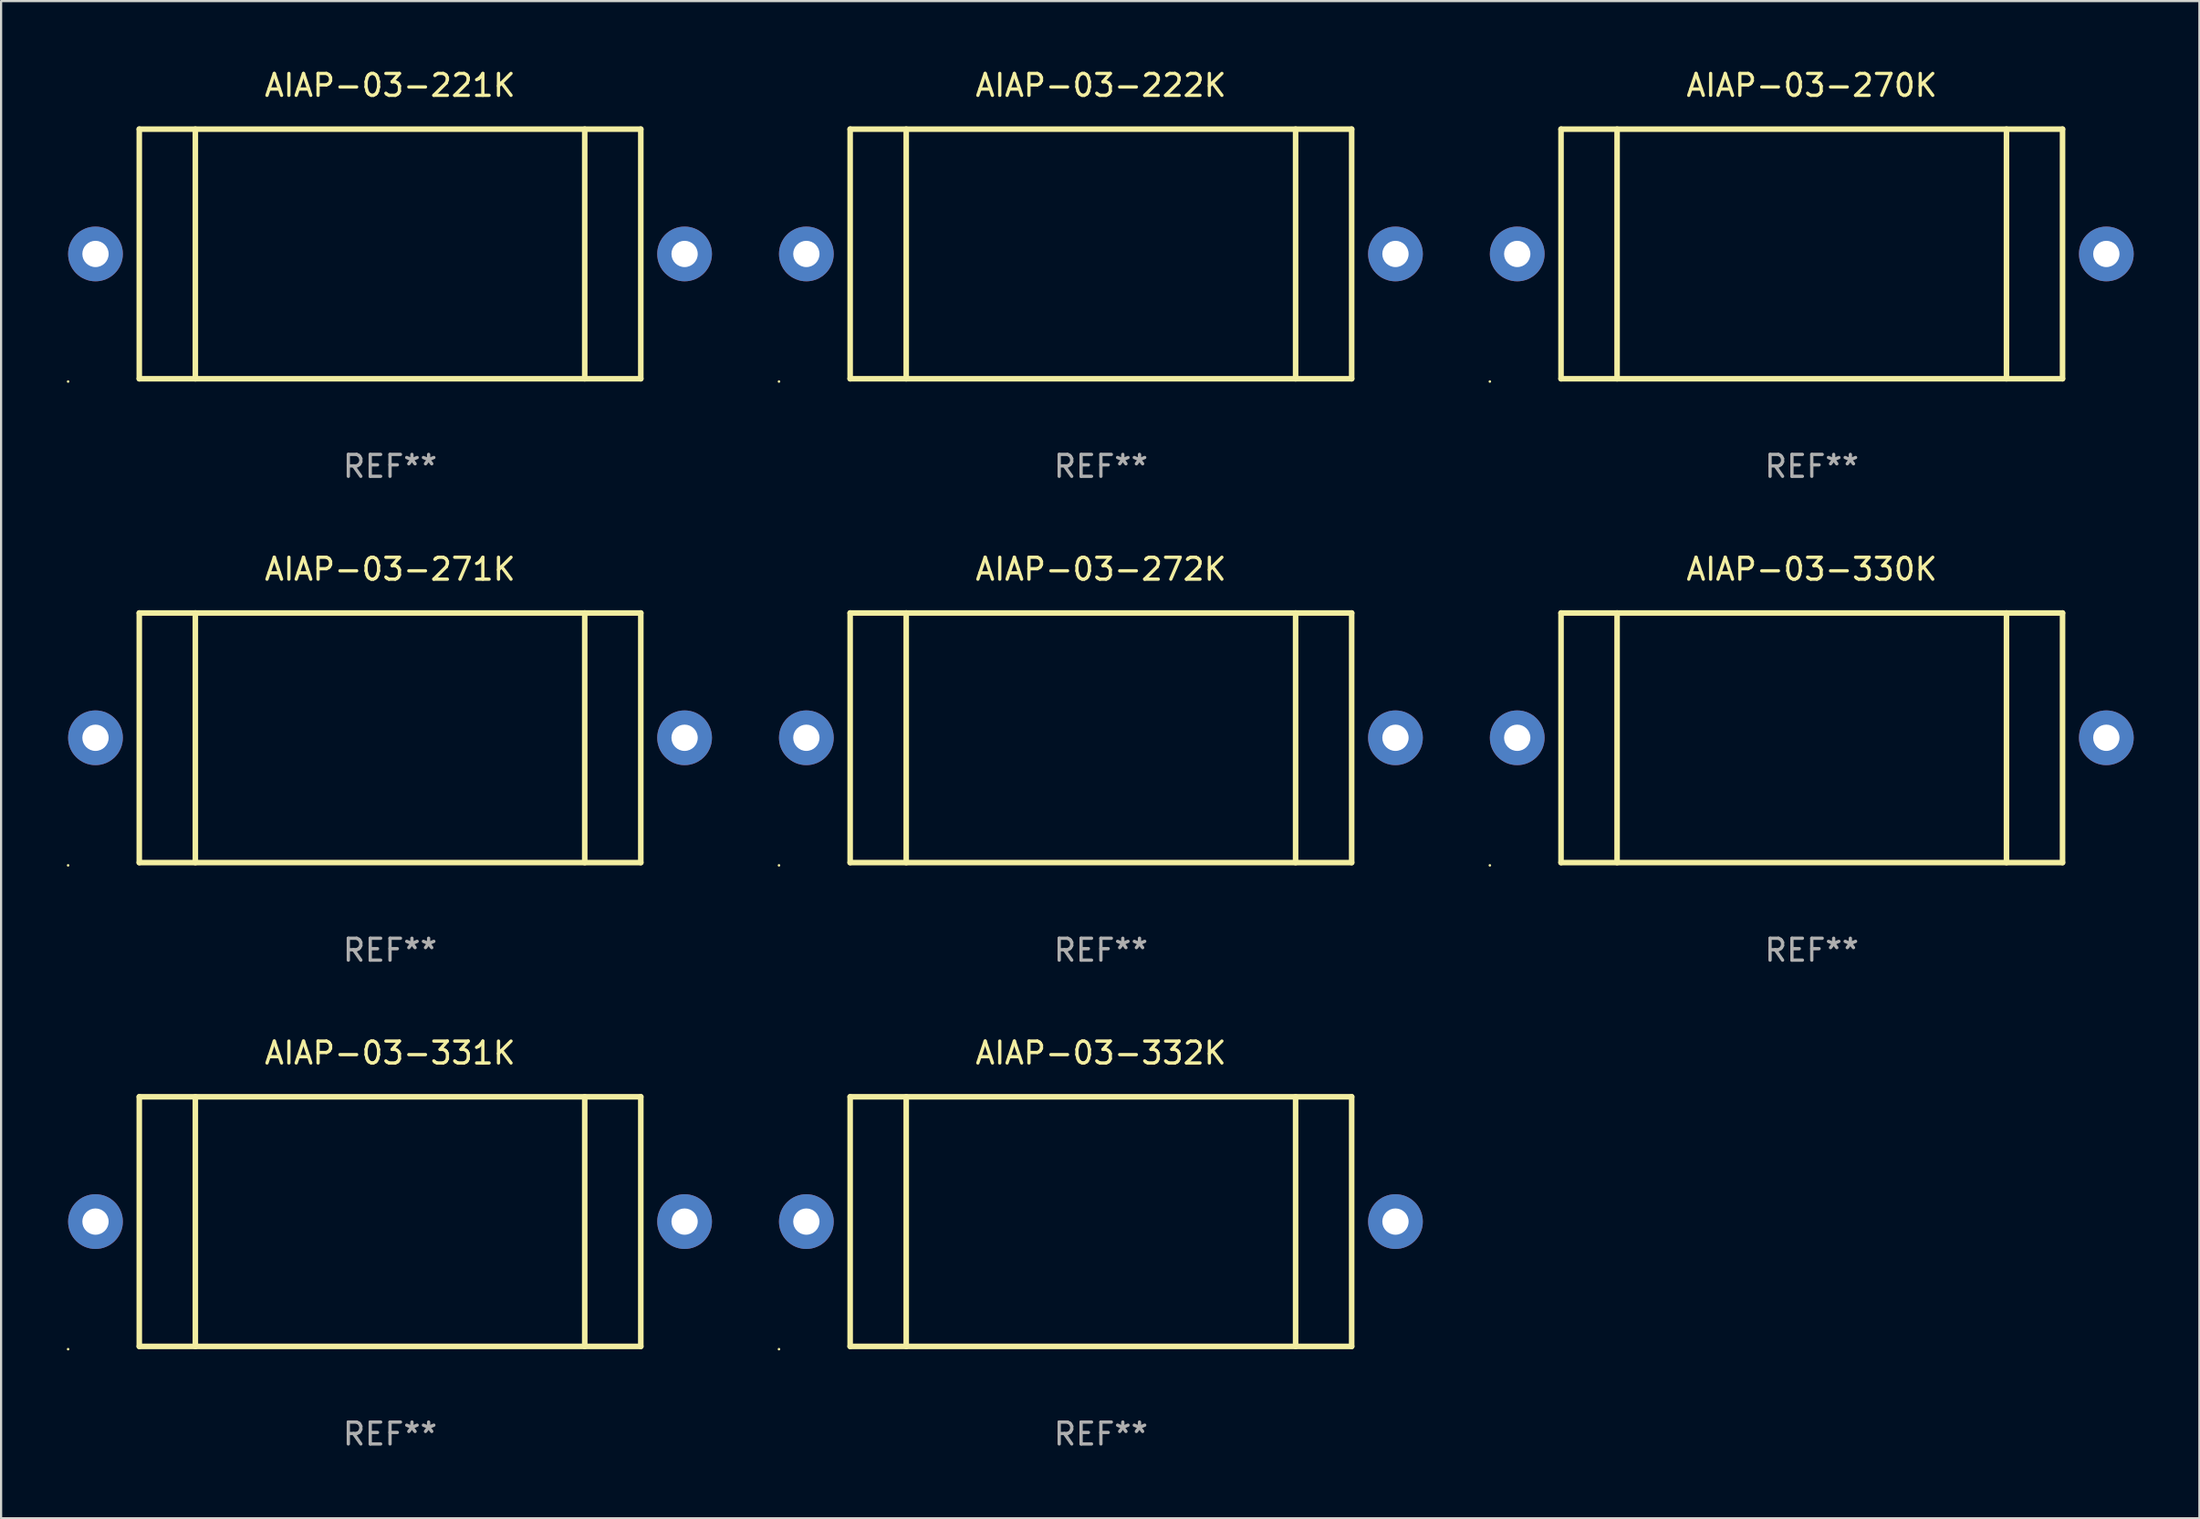
<source format=kicad_pcb>
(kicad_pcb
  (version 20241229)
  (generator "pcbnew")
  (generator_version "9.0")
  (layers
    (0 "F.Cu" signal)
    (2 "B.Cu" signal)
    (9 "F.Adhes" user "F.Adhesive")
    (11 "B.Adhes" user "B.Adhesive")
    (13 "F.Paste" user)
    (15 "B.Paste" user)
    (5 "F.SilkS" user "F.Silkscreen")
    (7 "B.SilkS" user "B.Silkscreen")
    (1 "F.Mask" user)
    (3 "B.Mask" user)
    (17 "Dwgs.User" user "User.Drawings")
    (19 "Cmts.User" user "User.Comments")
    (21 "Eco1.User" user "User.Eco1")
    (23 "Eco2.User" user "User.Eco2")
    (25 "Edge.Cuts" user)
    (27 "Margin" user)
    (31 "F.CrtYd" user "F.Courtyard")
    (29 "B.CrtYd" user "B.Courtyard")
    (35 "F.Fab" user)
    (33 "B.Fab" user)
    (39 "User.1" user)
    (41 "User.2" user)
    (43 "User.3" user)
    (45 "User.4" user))
  (footprint "AIAP-03-332K"
    (layer "F.Cu")
    (at 47.22 52.741)
    (property "Reference" "AIAP-03-332K" (at 0 -7.7 0) (layer "F.SilkS") (effects (font (size 1 1) (thickness 0.15))))
    (attr through_hole)
    (fp_line (start -11.45 -5.7) (end 11.45 -5.7) (stroke (width 0.254) (type solid)) (layer "F.SilkS"))
    (fp_line (start -11.45 5.7) (end -11.45 -5.7) (stroke (width 0.254) (type solid)) (layer "F.SilkS"))
    (fp_line (start -8.89 5.7) (end -8.89 -5.7) (stroke (width 0.254) (type solid)) (layer "F.SilkS"))
    (fp_line (start 8.89 5.7) (end 8.89 -5.7) (stroke (width 0.254) (type solid)) (layer "F.SilkS"))
    (fp_line (start 11.45 -5.7) (end 11.45 5.7) (stroke (width 0.254) (type solid)) (layer "F.SilkS"))
    (fp_line (start 11.45 5.7) (end -11.45 5.7) (stroke (width 0.254) (type solid)) (layer "F.SilkS"))
    (fp_circle (center -14.7 5.827) (end -14.67 5.827) (stroke (width 0.06) (type solid)) (fill no) (layer "F.SilkS"))
    (fp_text user "REF**" (at 0 9.7 0) (layer "F.Fab") (effects (font (size 1 1) (thickness 0.15))))
    (pad "1" thru_hole circle (at -13.45 0) (size 2.5 2.5) (drill 1.2) (layers "*.Cu" "*.Mask"))
    (pad "2" thru_hole circle (at 13.45 0) (size 2.5 2.5) (drill 1.2) (layers "*.Cu" "*.Mask")))
  (footprint "AIAP-03-270K"
    (layer "F.Cu")
    (at 79.68 8.548)
    (property "Reference" "AIAP-03-270K" (at 0 -7.7 0) (layer "F.SilkS") (effects (font (size 1 1) (thickness 0.15))))
    (attr through_hole)
    (fp_line (start -11.45 -5.7) (end 11.45 -5.7) (stroke (width 0.254) (type solid)) (layer "F.SilkS"))
    (fp_line (start -11.45 5.7) (end -11.45 -5.7) (stroke (width 0.254) (type solid)) (layer "F.SilkS"))
    (fp_line (start -8.89 5.7) (end -8.89 -5.7) (stroke (width 0.254) (type solid)) (layer "F.SilkS"))
    (fp_line (start 8.89 5.7) (end 8.89 -5.7) (stroke (width 0.254) (type solid)) (layer "F.SilkS"))
    (fp_line (start 11.45 -5.7) (end 11.45 5.7) (stroke (width 0.254) (type solid)) (layer "F.SilkS"))
    (fp_line (start 11.45 5.7) (end -11.45 5.7) (stroke (width 0.254) (type solid)) (layer "F.SilkS"))
    (fp_circle (center -14.7 5.827) (end -14.67 5.827) (stroke (width 0.06) (type solid)) (fill no) (layer "F.SilkS"))
    (fp_text user "REF**" (at 0 9.7 0) (layer "F.Fab") (effects (font (size 1 1) (thickness 0.15))))
    (pad "1" thru_hole circle (at -13.45 0) (size 2.5 2.5) (drill 1.2) (layers "*.Cu" "*.Mask"))
    (pad "2" thru_hole circle (at 13.45 0) (size 2.5 2.5) (drill 1.2) (layers "*.Cu" "*.Mask")))
  (footprint "AIAP-03-331K"
    (layer "F.Cu")
    (at 14.76 52.741)
    (property "Reference" "AIAP-03-331K" (at 0 -7.7 0) (layer "F.SilkS") (effects (font (size 1 1) (thickness 0.15))))
    (attr through_hole)
    (fp_line (start -11.45 -5.7) (end 11.45 -5.7) (stroke (width 0.254) (type solid)) (layer "F.SilkS"))
    (fp_line (start -11.45 5.7) (end -11.45 -5.7) (stroke (width 0.254) (type solid)) (layer "F.SilkS"))
    (fp_line (start -8.89 5.7) (end -8.89 -5.7) (stroke (width 0.254) (type solid)) (layer "F.SilkS"))
    (fp_line (start 8.89 5.7) (end 8.89 -5.7) (stroke (width 0.254) (type solid)) (layer "F.SilkS"))
    (fp_line (start 11.45 -5.7) (end 11.45 5.7) (stroke (width 0.254) (type solid)) (layer "F.SilkS"))
    (fp_line (start 11.45 5.7) (end -11.45 5.7) (stroke (width 0.254) (type solid)) (layer "F.SilkS"))
    (fp_circle (center -14.7 5.827) (end -14.67 5.827) (stroke (width 0.06) (type solid)) (fill no) (layer "F.SilkS"))
    (fp_text user "REF**" (at 0 9.7 0) (layer "F.Fab") (effects (font (size 1 1) (thickness 0.15))))
    (pad "1" thru_hole circle (at -13.45 0) (size 2.5 2.5) (drill 1.2) (layers "*.Cu" "*.Mask"))
    (pad "2" thru_hole circle (at 13.45 0) (size 2.5 2.5) (drill 1.2) (layers "*.Cu" "*.Mask")))
  (footprint "AIAP-03-221K"
    (layer "F.Cu")
    (at 14.76 8.548)
    (property "Reference" "AIAP-03-221K" (at 0 -7.7 0) (layer "F.SilkS") (effects (font (size 1 1) (thickness 0.15))))
    (attr through_hole)
    (fp_line (start -11.45 -5.7) (end 11.45 -5.7) (stroke (width 0.254) (type solid)) (layer "F.SilkS"))
    (fp_line (start -11.45 5.7) (end -11.45 -5.7) (stroke (width 0.254) (type solid)) (layer "F.SilkS"))
    (fp_line (start -8.89 5.7) (end -8.89 -5.7) (stroke (width 0.254) (type solid)) (layer "F.SilkS"))
    (fp_line (start 8.89 5.7) (end 8.89 -5.7) (stroke (width 0.254) (type solid)) (layer "F.SilkS"))
    (fp_line (start 11.45 -5.7) (end 11.45 5.7) (stroke (width 0.254) (type solid)) (layer "F.SilkS"))
    (fp_line (start 11.45 5.7) (end -11.45 5.7) (stroke (width 0.254) (type solid)) (layer "F.SilkS"))
    (fp_circle (center -14.7 5.827) (end -14.67 5.827) (stroke (width 0.06) (type solid)) (fill no) (layer "F.SilkS"))
    (fp_text user "REF**" (at 0 9.7 0) (layer "F.Fab") (effects (font (size 1 1) (thickness 0.15))))
    (pad "1" thru_hole circle (at -13.45 0) (size 2.5 2.5) (drill 1.2) (layers "*.Cu" "*.Mask"))
    (pad "2" thru_hole circle (at 13.45 0) (size 2.5 2.5) (drill 1.2) (layers "*.Cu" "*.Mask")))
  (footprint "AIAP-03-330K"
    (layer "F.Cu")
    (at 79.68 30.645)
    (property "Reference" "AIAP-03-330K" (at 0 -7.7 0) (layer "F.SilkS") (effects (font (size 1 1) (thickness 0.15))))
    (attr through_hole)
    (fp_line (start -11.45 -5.7) (end 11.45 -5.7) (stroke (width 0.254) (type solid)) (layer "F.SilkS"))
    (fp_line (start -11.45 5.7) (end -11.45 -5.7) (stroke (width 0.254) (type solid)) (layer "F.SilkS"))
    (fp_line (start -8.89 5.7) (end -8.89 -5.7) (stroke (width 0.254) (type solid)) (layer "F.SilkS"))
    (fp_line (start 8.89 5.7) (end 8.89 -5.7) (stroke (width 0.254) (type solid)) (layer "F.SilkS"))
    (fp_line (start 11.45 -5.7) (end 11.45 5.7) (stroke (width 0.254) (type solid)) (layer "F.SilkS"))
    (fp_line (start 11.45 5.7) (end -11.45 5.7) (stroke (width 0.254) (type solid)) (layer "F.SilkS"))
    (fp_circle (center -14.7 5.827) (end -14.67 5.827) (stroke (width 0.06) (type solid)) (fill no) (layer "F.SilkS"))
    (fp_text user "REF**" (at 0 9.7 0) (layer "F.Fab") (effects (font (size 1 1) (thickness 0.15))))
    (pad "1" thru_hole circle (at -13.45 0) (size 2.5 2.5) (drill 1.2) (layers "*.Cu" "*.Mask"))
    (pad "2" thru_hole circle (at 13.45 0) (size 2.5 2.5) (drill 1.2) (layers "*.Cu" "*.Mask")))
  (footprint "AIAP-03-271K"
    (layer "F.Cu")
    (at 14.76 30.645)
    (property "Reference" "AIAP-03-271K" (at 0 -7.7 0) (layer "F.SilkS") (effects (font (size 1 1) (thickness 0.15))))
    (attr through_hole)
    (fp_line (start -11.45 -5.7) (end 11.45 -5.7) (stroke (width 0.254) (type solid)) (layer "F.SilkS"))
    (fp_line (start -11.45 5.7) (end -11.45 -5.7) (stroke (width 0.254) (type solid)) (layer "F.SilkS"))
    (fp_line (start -8.89 5.7) (end -8.89 -5.7) (stroke (width 0.254) (type solid)) (layer "F.SilkS"))
    (fp_line (start 8.89 5.7) (end 8.89 -5.7) (stroke (width 0.254) (type solid)) (layer "F.SilkS"))
    (fp_line (start 11.45 -5.7) (end 11.45 5.7) (stroke (width 0.254) (type solid)) (layer "F.SilkS"))
    (fp_line (start 11.45 5.7) (end -11.45 5.7) (stroke (width 0.254) (type solid)) (layer "F.SilkS"))
    (fp_circle (center -14.7 5.827) (end -14.67 5.827) (stroke (width 0.06) (type solid)) (fill no) (layer "F.SilkS"))
    (fp_text user "REF**" (at 0 9.7 0) (layer "F.Fab") (effects (font (size 1 1) (thickness 0.15))))
    (pad "1" thru_hole circle (at -13.45 0) (size 2.5 2.5) (drill 1.2) (layers "*.Cu" "*.Mask"))
    (pad "2" thru_hole circle (at 13.45 0) (size 2.5 2.5) (drill 1.2) (layers "*.Cu" "*.Mask")))
  (footprint "AIAP-03-272K"
    (layer "F.Cu")
    (at 47.22 30.645)
    (property "Reference" "AIAP-03-272K" (at 0 -7.7 0) (layer "F.SilkS") (effects (font (size 1 1) (thickness 0.15))))
    (attr through_hole)
    (fp_line (start -11.45 -5.7) (end 11.45 -5.7) (stroke (width 0.254) (type solid)) (layer "F.SilkS"))
    (fp_line (start -11.45 5.7) (end -11.45 -5.7) (stroke (width 0.254) (type solid)) (layer "F.SilkS"))
    (fp_line (start -8.89 5.7) (end -8.89 -5.7) (stroke (width 0.254) (type solid)) (layer "F.SilkS"))
    (fp_line (start 8.89 5.7) (end 8.89 -5.7) (stroke (width 0.254) (type solid)) (layer "F.SilkS"))
    (fp_line (start 11.45 -5.7) (end 11.45 5.7) (stroke (width 0.254) (type solid)) (layer "F.SilkS"))
    (fp_line (start 11.45 5.7) (end -11.45 5.7) (stroke (width 0.254) (type solid)) (layer "F.SilkS"))
    (fp_circle (center -14.7 5.827) (end -14.67 5.827) (stroke (width 0.06) (type solid)) (fill no) (layer "F.SilkS"))
    (fp_text user "REF**" (at 0 9.7 0) (layer "F.Fab") (effects (font (size 1 1) (thickness 0.15))))
    (pad "1" thru_hole circle (at -13.45 0) (size 2.5 2.5) (drill 1.2) (layers "*.Cu" "*.Mask"))
    (pad "2" thru_hole circle (at 13.45 0) (size 2.5 2.5) (drill 1.2) (layers "*.Cu" "*.Mask")))
  (footprint "AIAP-03-222K"
    (layer "F.Cu")
    (at 47.22 8.548)
    (property "Reference" "AIAP-03-222K" (at 0 -7.7 0) (layer "F.SilkS") (effects (font (size 1 1) (thickness 0.15))))
    (attr through_hole)
    (fp_line (start -11.45 -5.7) (end 11.45 -5.7) (stroke (width 0.254) (type solid)) (layer "F.SilkS"))
    (fp_line (start -11.45 5.7) (end -11.45 -5.7) (stroke (width 0.254) (type solid)) (layer "F.SilkS"))
    (fp_line (start -8.89 5.7) (end -8.89 -5.7) (stroke (width 0.254) (type solid)) (layer "F.SilkS"))
    (fp_line (start 8.89 5.7) (end 8.89 -5.7) (stroke (width 0.254) (type solid)) (layer "F.SilkS"))
    (fp_line (start 11.45 -5.7) (end 11.45 5.7) (stroke (width 0.254) (type solid)) (layer "F.SilkS"))
    (fp_line (start 11.45 5.7) (end -11.45 5.7) (stroke (width 0.254) (type solid)) (layer "F.SilkS"))
    (fp_circle (center -14.7 5.827) (end -14.67 5.827) (stroke (width 0.06) (type solid)) (fill no) (layer "F.SilkS"))
    (fp_text user "REF**" (at 0 9.7 0) (layer "F.Fab") (effects (font (size 1 1) (thickness 0.15))))
    (pad "1" thru_hole circle (at -13.45 0) (size 2.5 2.5) (drill 1.2) (layers "*.Cu" "*.Mask"))
    (pad "2" thru_hole circle (at 13.45 0) (size 2.5 2.5) (drill 1.2) (layers "*.Cu" "*.Mask")))
  (gr_rect
    (start -3 -3)
    (end 97.38 66.29)
    (stroke (width 0.1) (type default))
    (fill no)
    (layer "Edge.Cuts")))
</source>
